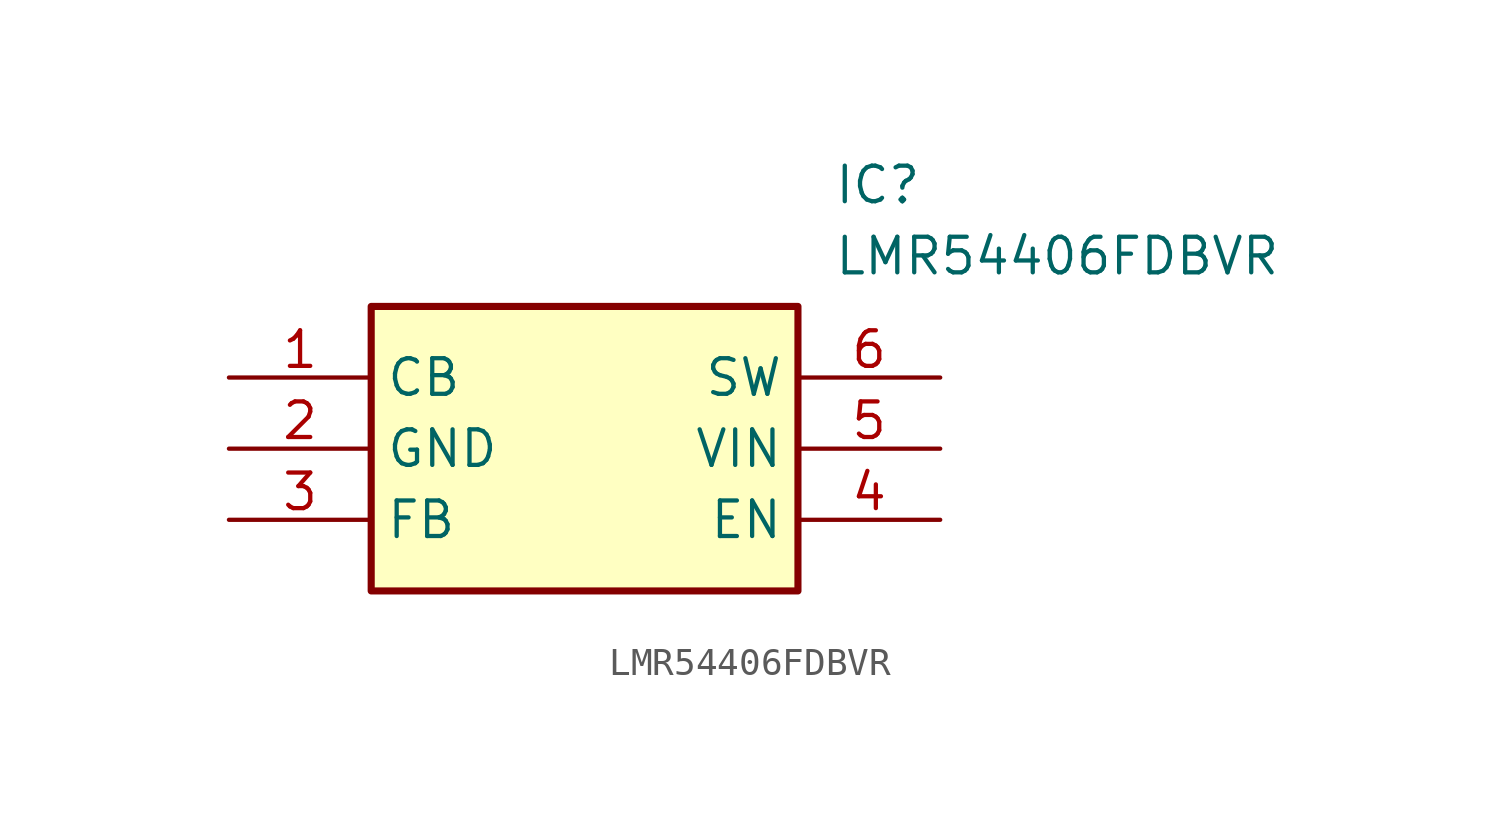
<source format=kicad_sym>
(kicad_symbol_lib
  (version 20211014)
  (generator SamacSys_ECAD_Model)
  (symbol "LMR54406FDBVR"
    (property "Reference" "IC"
      (at 21.59 7.62 0)
      (effects (font (size 1.27 1.27)) (justify left top)))
    (property "Value" "LMR54406FDBVR"
      (at 21.59 5.08 0)
      (effects (font (size 1.27 1.27)) (justify left top)))
    (rectangle
      (start 5.08 2.54)
      (end 20.32 -7.62)
      (stroke (width 0.254) (type default))
      (fill (type background)))
    (pin passive line
      (at 0 0 0)
      (length 5.08)
      (name "CB" (effects (font (size 1.27 1.27))))
      (number "1" (effects (font (size 1.27 1.27)))))
    (pin passive line
      (at 0 -2.54 0)
      (length 5.08)
      (name "GND" (effects (font (size 1.27 1.27))))
      (number "2" (effects (font (size 1.27 1.27)))))
    (pin passive line
      (at 0 -5.08 0)
      (length 5.08)
      (name "FB" (effects (font (size 1.27 1.27))))
      (number "3" (effects (font (size 1.27 1.27)))))
    (pin passive line
      (at 25.4 0 180)
      (length 5.08)
      (name "SW" (effects (font (size 1.27 1.27))))
      (number "6" (effects (font (size 1.27 1.27)))))
    (pin passive line
      (at 25.4 -2.54 180)
      (length 5.08)
      (name "VIN" (effects (font (size 1.27 1.27))))
      (number "5" (effects (font (size 1.27 1.27)))))
    (pin passive line
      (at 25.4 -5.08 180)
      (length 5.08)
      (name "EN" (effects (font (size 1.27 1.27))))
      (number "4" (effects (font (size 1.27 1.27)))))))
</source>
